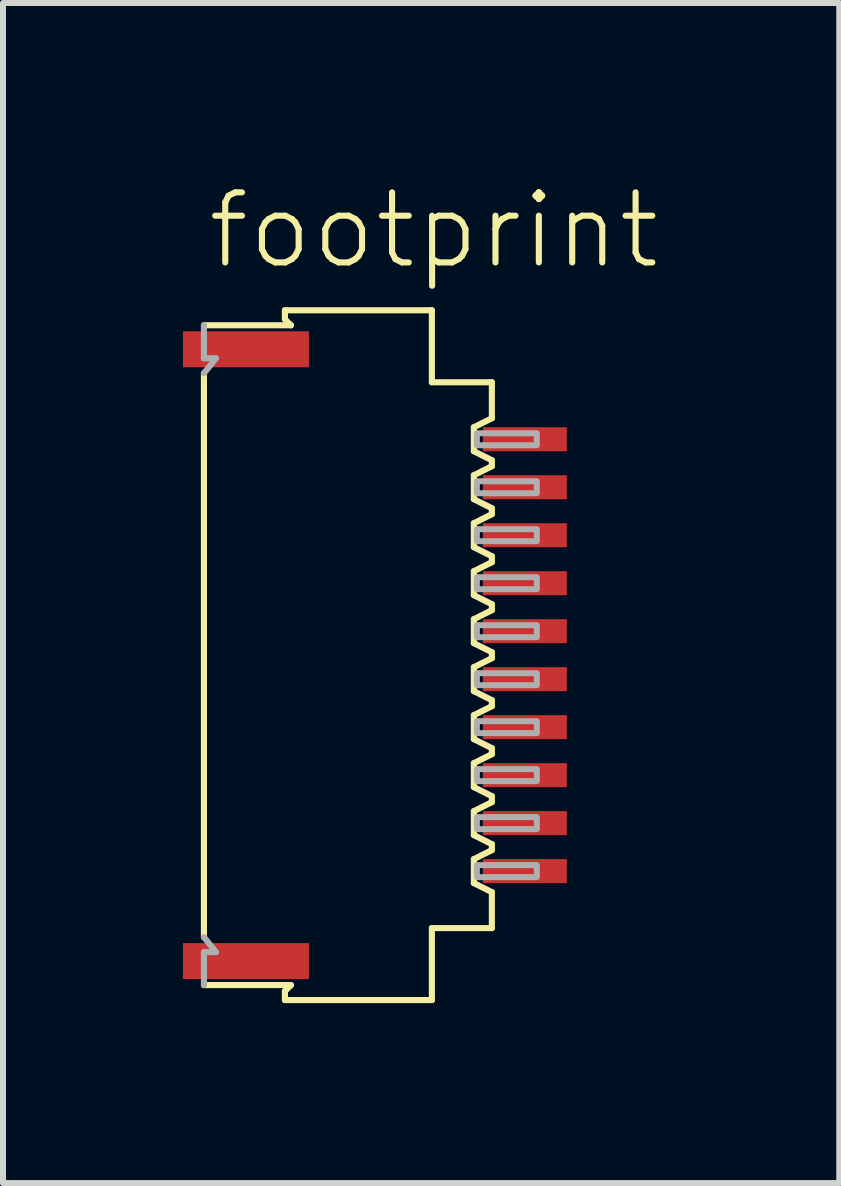
<source format=kicad_pcb>
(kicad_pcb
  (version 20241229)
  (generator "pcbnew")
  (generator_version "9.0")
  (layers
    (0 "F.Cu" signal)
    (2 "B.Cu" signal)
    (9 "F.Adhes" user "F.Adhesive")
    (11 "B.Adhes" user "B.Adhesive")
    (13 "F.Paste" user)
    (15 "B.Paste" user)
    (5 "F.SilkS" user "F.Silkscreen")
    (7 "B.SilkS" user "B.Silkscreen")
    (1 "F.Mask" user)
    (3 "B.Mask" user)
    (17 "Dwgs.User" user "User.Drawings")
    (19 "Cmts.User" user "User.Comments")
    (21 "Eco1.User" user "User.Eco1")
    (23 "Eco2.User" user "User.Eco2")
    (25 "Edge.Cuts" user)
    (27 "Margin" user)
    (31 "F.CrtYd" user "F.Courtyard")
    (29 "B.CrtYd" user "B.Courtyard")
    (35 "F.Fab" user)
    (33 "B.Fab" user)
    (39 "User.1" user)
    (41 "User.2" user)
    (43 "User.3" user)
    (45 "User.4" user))
  (footprint "footprint"
    (layer "F.Cu")
    (at 3.16 7.873)
    (property "Reference" "footprint" (at -2.8 -6.4 0) (layer "F.SilkS") (effects (font (size 1.168 1.168) (thickness 0.102)) (justify left bottom)))
    (fp_line (start -2.81 -4.7) (end -2.81 4.7) (stroke (width 0.102) (type solid)) (layer "F.SilkS"))
    (fp_line (start -1.46 -5.75) (end -1.46 -5.6) (stroke (width 0.102) (type solid)) (layer "F.SilkS"))
    (fp_line (start -1.46 -5.6) (end -1.36 -5.5) (stroke (width 0.102) (type solid)) (layer "F.SilkS"))
    (fp_line (start -1.46 5.6) (end -1.46 5.75) (stroke (width 0.102) (type solid)) (layer "F.SilkS"))
    (fp_line (start -1.36 -5.5) (end -2.81 -5.5) (stroke (width 0.102) (type solid)) (layer "F.SilkS"))
    (fp_line (start -1.36 5.5) (end -2.81 5.5) (stroke (width 0.102) (type solid)) (layer "F.SilkS"))
    (fp_line (start -1.36 5.5) (end -1.46 5.6) (stroke (width 0.102) (type solid)) (layer "F.SilkS"))
    (fp_line (start 0.99 -5.75) (end -1.46 -5.75) (stroke (width 0.102) (type solid)) (layer "F.SilkS"))
    (fp_line (start 0.99 -4.55) (end 0.99 -5.75) (stroke (width 0.102) (type solid)) (layer "F.SilkS"))
    (fp_line (start 0.99 4.55) (end 1.99 4.55) (stroke (width 0.102) (type solid)) (layer "F.SilkS"))
    (fp_line (start 0.99 5.75) (end -1.46 5.75) (stroke (width 0.102) (type solid)) (layer "F.SilkS"))
    (fp_line (start 0.99 5.75) (end 0.99 4.55) (stroke (width 0.102) (type solid)) (layer "F.SilkS"))
    (fp_line (start 1.69 -3.8) (end 1.99 -3.95) (stroke (width 0.102) (type solid)) (layer "F.SilkS"))
    (fp_line (start 1.69 -3.4) (end 1.69 -3.8) (stroke (width 0.102) (type solid)) (layer "F.SilkS"))
    (fp_line (start 1.69 -3) (end 1.69 -2.6) (stroke (width 0.102) (type solid)) (layer "F.SilkS"))
    (fp_line (start 1.69 -2.6) (end 1.99 -2.45) (stroke (width 0.102) (type solid)) (layer "F.SilkS"))
    (fp_line (start 1.69 -1.8) (end 1.69 -2.2) (stroke (width 0.102) (type solid)) (layer "F.SilkS"))
    (fp_line (start 1.69 -1.4) (end 1.69 -1) (stroke (width 0.102) (type solid)) (layer "F.SilkS"))
    (fp_line (start 1.69 -1) (end 1.99 -0.85) (stroke (width 0.102) (type solid)) (layer "F.SilkS"))
    (fp_line (start 1.69 -0.2) (end 1.69 -0.6) (stroke (width 0.102) (type solid)) (layer "F.SilkS"))
    (fp_line (start 1.69 0.2) (end 1.69 0.6) (stroke (width 0.102) (type solid)) (layer "F.SilkS"))
    (fp_line (start 1.69 0.6) (end 1.99 0.75) (stroke (width 0.102) (type solid)) (layer "F.SilkS"))
    (fp_line (start 1.69 1.4) (end 1.69 1) (stroke (width 0.102) (type solid)) (layer "F.SilkS"))
    (fp_line (start 1.69 1.8) (end 1.69 2.2) (stroke (width 0.102) (type solid)) (layer "F.SilkS"))
    (fp_line (start 1.69 2.2) (end 1.99 2.35) (stroke (width 0.102) (type solid)) (layer "F.SilkS"))
    (fp_line (start 1.69 3) (end 1.69 2.6) (stroke (width 0.102) (type solid)) (layer "F.SilkS"))
    (fp_line (start 1.69 3.4) (end 1.69 3.8) (stroke (width 0.102) (type solid)) (layer "F.SilkS"))
    (fp_line (start 1.69 3.8) (end 1.99 3.95) (stroke (width 0.102) (type solid)) (layer "F.SilkS"))
    (fp_line (start 1.99 -4.55) (end 0.99 -4.55) (stroke (width 0.102) (type solid)) (layer "F.SilkS"))
    (fp_line (start 1.99 -3.95) (end 1.99 -4.55) (stroke (width 0.102) (type solid)) (layer "F.SilkS"))
    (fp_line (start 1.99 -3.25) (end 1.69 -3.4) (stroke (width 0.102) (type solid)) (layer "F.SilkS"))
    (fp_line (start 1.99 -3.25) (end 1.99 -3.15) (stroke (width 0.102) (type solid)) (layer "F.SilkS"))
    (fp_line (start 1.99 -3.15) (end 1.69 -3) (stroke (width 0.102) (type solid)) (layer "F.SilkS"))
    (fp_line (start 1.99 -2.45) (end 1.99 -2.35) (stroke (width 0.102) (type solid)) (layer "F.SilkS"))
    (fp_line (start 1.99 -2.35) (end 1.69 -2.2) (stroke (width 0.102) (type solid)) (layer "F.SilkS"))
    (fp_line (start 1.99 -1.65) (end 1.69 -1.8) (stroke (width 0.102) (type solid)) (layer "F.SilkS"))
    (fp_line (start 1.99 -1.65) (end 1.99 -1.55) (stroke (width 0.102) (type solid)) (layer "F.SilkS"))
    (fp_line (start 1.99 -1.55) (end 1.69 -1.4) (stroke (width 0.102) (type solid)) (layer "F.SilkS"))
    (fp_line (start 1.99 -0.85) (end 1.99 -0.75) (stroke (width 0.102) (type solid)) (layer "F.SilkS"))
    (fp_line (start 1.99 -0.75) (end 1.69 -0.6) (stroke (width 0.102) (type solid)) (layer "F.SilkS"))
    (fp_line (start 1.99 -0.05) (end 1.69 -0.2) (stroke (width 0.102) (type solid)) (layer "F.SilkS"))
    (fp_line (start 1.99 -0.05) (end 1.99 0.05) (stroke (width 0.102) (type solid)) (layer "F.SilkS"))
    (fp_line (start 1.99 0.05) (end 1.69 0.2) (stroke (width 0.102) (type solid)) (layer "F.SilkS"))
    (fp_line (start 1.99 0.75) (end 1.99 0.85) (stroke (width 0.102) (type solid)) (layer "F.SilkS"))
    (fp_line (start 1.99 0.85) (end 1.69 1) (stroke (width 0.102) (type solid)) (layer "F.SilkS"))
    (fp_line (start 1.99 1.55) (end 1.69 1.4) (stroke (width 0.102) (type solid)) (layer "F.SilkS"))
    (fp_line (start 1.99 1.55) (end 1.99 1.65) (stroke (width 0.102) (type solid)) (layer "F.SilkS"))
    (fp_line (start 1.99 1.65) (end 1.69 1.8) (stroke (width 0.102) (type solid)) (layer "F.SilkS"))
    (fp_line (start 1.99 2.35) (end 1.99 2.45) (stroke (width 0.102) (type solid)) (layer "F.SilkS"))
    (fp_line (start 1.99 2.45) (end 1.69 2.6) (stroke (width 0.102) (type solid)) (layer "F.SilkS"))
    (fp_line (start 1.99 3.15) (end 1.69 3) (stroke (width 0.102) (type solid)) (layer "F.SilkS"))
    (fp_line (start 1.99 3.15) (end 1.99 3.25) (stroke (width 0.102) (type solid)) (layer "F.SilkS"))
    (fp_line (start 1.99 3.25) (end 1.69 3.4) (stroke (width 0.102) (type solid)) (layer "F.SilkS"))
    (fp_line (start 1.99 4.55) (end 1.99 3.95) (stroke (width 0.102) (type solid)) (layer "F.SilkS"))
    (fp_line (start -2.81 -5.5) (end -2.81 -4.95) (stroke (width 0.102) (type solid)) (layer "F.Fab"))
    (fp_line (start -2.81 -4.95) (end -2.61 -4.95) (stroke (width 0.102) (type solid)) (layer "F.Fab"))
    (fp_line (start -2.81 4.7) (end -2.61 4.95) (stroke (width 0.102) (type solid)) (layer "F.Fab"))
    (fp_line (start -2.81 4.95) (end -2.81 5.5) (stroke (width 0.102) (type solid)) (layer "F.Fab"))
    (fp_line (start -2.81 4.95) (end -2.61 4.95) (stroke (width 0.102) (type solid)) (layer "F.Fab"))
    (fp_line (start -2.61 -4.95) (end -2.81 -4.7) (stroke (width 0.102) (type solid)) (layer "F.Fab"))
    (fp_poly (pts (xy 1.74 -3.5) (xy 2.74 -3.5) (xy 2.74 -3.7) (xy 1.74 -3.7)) (stroke (width 0.1) (type solid)) (fill no) (layer "F.Fab"))
    (fp_poly (pts (xy 1.74 -2.7) (xy 2.74 -2.7) (xy 2.74 -2.9) (xy 1.74 -2.9)) (stroke (width 0.1) (type solid)) (fill no) (layer "F.Fab"))
    (fp_poly (pts (xy 1.74 -1.9) (xy 2.74 -1.9) (xy 2.74 -2.1) (xy 1.74 -2.1)) (stroke (width 0.1) (type solid)) (fill no) (layer "F.Fab"))
    (fp_poly (pts (xy 1.74 -1.1) (xy 2.74 -1.1) (xy 2.74 -1.3) (xy 1.74 -1.3)) (stroke (width 0.1) (type solid)) (fill no) (layer "F.Fab"))
    (fp_poly (pts (xy 1.74 -0.3) (xy 2.74 -0.3) (xy 2.74 -0.5) (xy 1.74 -0.5)) (stroke (width 0.1) (type solid)) (fill no) (layer "F.Fab"))
    (fp_poly (pts (xy 1.74 0.5) (xy 2.74 0.5) (xy 2.74 0.3) (xy 1.74 0.3)) (stroke (width 0.1) (type solid)) (fill no) (layer "F.Fab"))
    (fp_poly (pts (xy 1.74 1.3) (xy 2.74 1.3) (xy 2.74 1.1) (xy 1.74 1.1)) (stroke (width 0.1) (type solid)) (fill no) (layer "F.Fab"))
    (fp_poly (pts (xy 1.74 2.1) (xy 2.74 2.1) (xy 2.74 1.9) (xy 1.74 1.9)) (stroke (width 0.1) (type solid)) (fill no) (layer "F.Fab"))
    (fp_poly (pts (xy 1.74 2.9) (xy 2.74 2.9) (xy 2.74 2.7) (xy 1.74 2.7)) (stroke (width 0.1) (type solid)) (fill no) (layer "F.Fab"))
    (fp_poly (pts (xy 1.74 3.7) (xy 2.74 3.7) (xy 2.74 3.5) (xy 1.74 3.5)) (stroke (width 0.1) (type solid)) (fill no) (layer "F.Fab"))
    (pad "1" smd rect (at 2.54 -3.6) (size 1.4 0.4) (layers "F.Cu" "F.Mask" "F.Paste"))
    (pad "2" smd rect (at 2.54 -2.8) (size 1.4 0.4) (layers "F.Cu" "F.Mask" "F.Paste"))
    (pad "3" smd rect (at 2.54 -2) (size 1.4 0.4) (layers "F.Cu" "F.Mask" "F.Paste"))
    (pad "4" smd rect (at 2.54 -1.2) (size 1.4 0.4) (layers "F.Cu" "F.Mask" "F.Paste"))
    (pad "5" smd rect (at 2.54 -0.4) (size 1.4 0.4) (layers "F.Cu" "F.Mask" "F.Paste"))
    (pad "6" smd rect (at 2.54 0.4) (size 1.4 0.4) (layers "F.Cu" "F.Mask" "F.Paste"))
    (pad "7" smd rect (at 2.54 1.2) (size 1.4 0.4) (layers "F.Cu" "F.Mask" "F.Paste"))
    (pad "8" smd rect (at 2.54 2) (size 1.4 0.4) (layers "F.Cu" "F.Mask" "F.Paste"))
    (pad "9" smd rect (at 2.54 2.8) (size 1.4 0.4) (layers "F.Cu" "F.Mask" "F.Paste"))
    (pad "10" smd rect (at 2.54 3.6) (size 1.4 0.4) (layers "F.Cu" "F.Mask" "F.Paste"))
    (pad "M1" smd rect (at -2.11 -5.1) (size 2.1 0.6) (layers "F.Cu" "F.Mask" "F.Paste"))
    (pad "M2" smd rect (at -2.11 5.1) (size 2.1 0.6) (layers "F.Cu" "F.Mask" "F.Paste")))
  (gr_rect
    (start -3 -3)
    (end 10.942 16.674)
    (stroke (width 0.1) (type default))
    (fill no)
    (layer "Edge.Cuts")))
</source>
